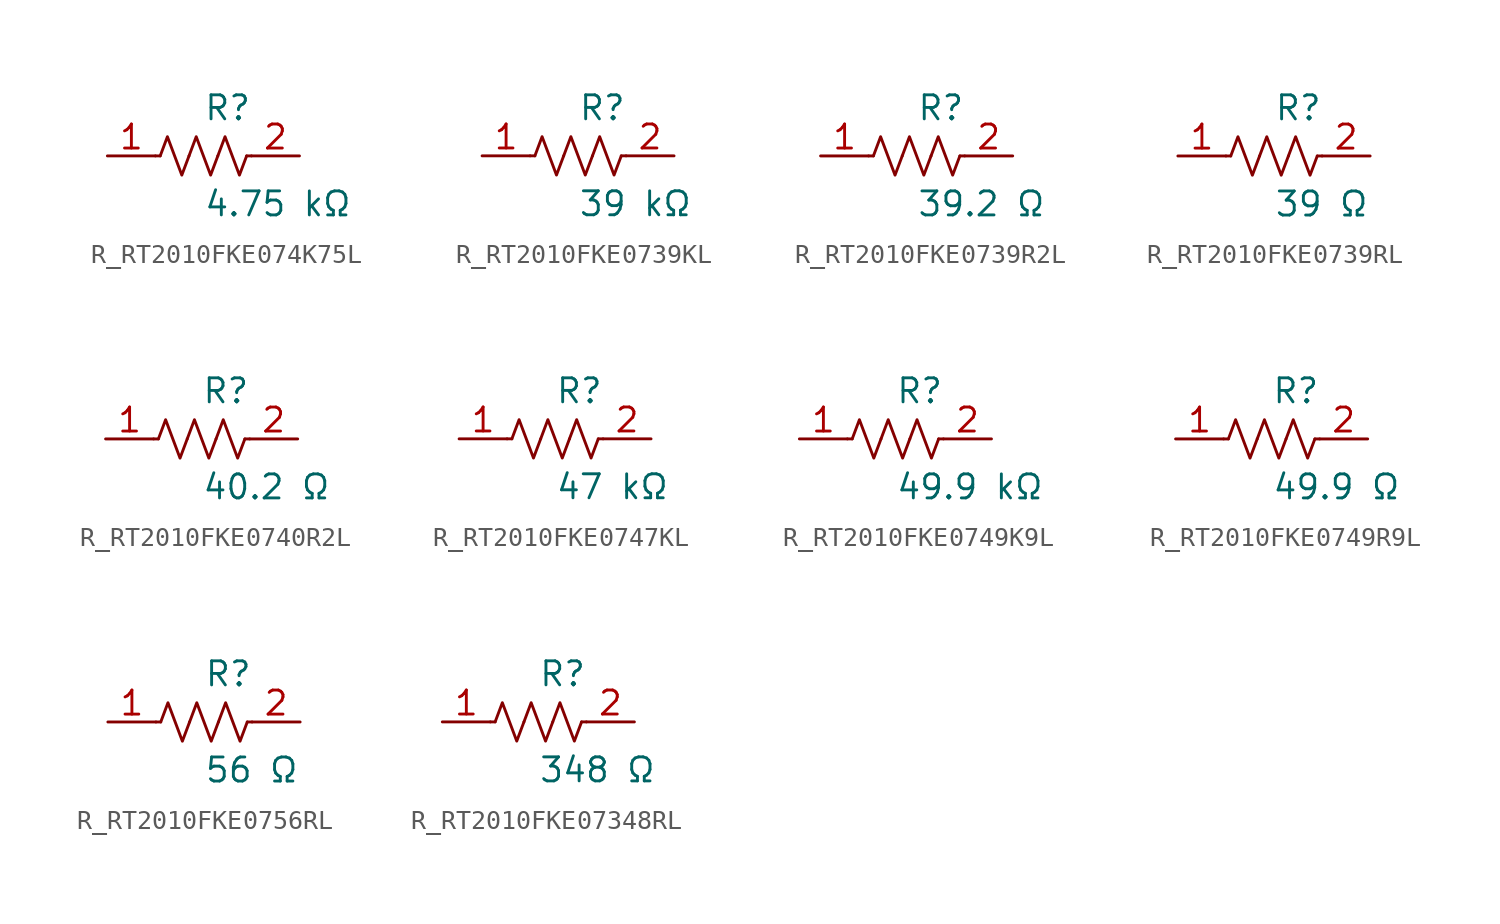
<source format=kicad_sym>
(kicad_symbol_lib
  (version 20231120)
  (generator kicad_symbol_editor)
  (generator_version 8.0)
  (symbol "R_RT2010FKE074K75L"
    (pin_names
      (offset 0.254))
    (property "Reference" "R"
      (at 0 2.54 0)
      (effects (font (size 1.27 1.27)) (justify left)))
    (property "Value" "4.75 kΩ"
      (at 0 -2.54 0)
      (effects (font (size 1.27 1.27)) (justify left)))
    (symbol "R_RT2010FKE074K75L_0_1"
      (polyline (pts (xy 2.286 0) (xy 2.54 0)) (stroke (width 0) (type default)) (fill (type none)))
      (polyline (pts (xy -2.286 0) (xy -2.54 0)) (stroke (width 0) (type default)) (fill (type none)))
      (polyline (pts (xy 0.762 0) (xy 1.143 1.016) (xy 1.524 0) (xy 1.905 -1.016) (xy 2.286 0)) (stroke (width 0) (type default)) (fill (type none)))
      (polyline (pts (xy -0.762 0) (xy -0.381 1.016) (xy 0 0) (xy 0.381 -1.016) (xy 0.762 0)) (stroke (width 0) (type default)) (fill (type none)))
      (polyline (pts (xy -2.286 0) (xy -1.905 1.016) (xy -1.524 0) (xy -1.143 -1.016) (xy -0.762 0)) (stroke (width 0) (type default)) (fill (type none))))
    (pin passive line
      (at -5.08 0 0)
      (length 2.54)
      (name "" (effects (font (size 1.27 1.27))))
      (number "1" (effects (font (size 1.27 1.27)))))
    (pin passive line
      (at 5.08 0 180)
      (length 2.54)
      (name "" (effects (font (size 1.27 1.27))))
      (number "2" (effects (font (size 1.27 1.27))))))
  (symbol "R_RT2010FKE0739KL"
    (pin_names
      (offset 0.254))
    (property "Reference" "R"
      (at 0 2.54 0)
      (effects (font (size 1.27 1.27)) (justify left)))
    (property "Value" "39 kΩ"
      (at 0 -2.54 0)
      (effects (font (size 1.27 1.27)) (justify left)))
    (symbol "R_RT2010FKE0739KL_0_1"
      (polyline (pts (xy 2.286 0) (xy 2.54 0)) (stroke (width 0) (type default)) (fill (type none)))
      (polyline (pts (xy -2.286 0) (xy -2.54 0)) (stroke (width 0) (type default)) (fill (type none)))
      (polyline (pts (xy 0.762 0) (xy 1.143 1.016) (xy 1.524 0) (xy 1.905 -1.016) (xy 2.286 0)) (stroke (width 0) (type default)) (fill (type none)))
      (polyline (pts (xy -0.762 0) (xy -0.381 1.016) (xy 0 0) (xy 0.381 -1.016) (xy 0.762 0)) (stroke (width 0) (type default)) (fill (type none)))
      (polyline (pts (xy -2.286 0) (xy -1.905 1.016) (xy -1.524 0) (xy -1.143 -1.016) (xy -0.762 0)) (stroke (width 0) (type default)) (fill (type none))))
    (pin passive line
      (at -5.08 0 0)
      (length 2.54)
      (name "" (effects (font (size 1.27 1.27))))
      (number "1" (effects (font (size 1.27 1.27)))))
    (pin passive line
      (at 5.08 0 180)
      (length 2.54)
      (name "" (effects (font (size 1.27 1.27))))
      (number "2" (effects (font (size 1.27 1.27))))))
  (symbol "R_RT2010FKE0739R2L"
    (pin_names
      (offset 0.254))
    (property "Reference" "R"
      (at 0 2.54 0)
      (effects (font (size 1.27 1.27)) (justify left)))
    (property "Value" "39.2 Ω"
      (at 0 -2.54 0)
      (effects (font (size 1.27 1.27)) (justify left)))
    (symbol "R_RT2010FKE0739R2L_0_1"
      (polyline (pts (xy 2.286 0) (xy 2.54 0)) (stroke (width 0) (type default)) (fill (type none)))
      (polyline (pts (xy -2.286 0) (xy -2.54 0)) (stroke (width 0) (type default)) (fill (type none)))
      (polyline (pts (xy 0.762 0) (xy 1.143 1.016) (xy 1.524 0) (xy 1.905 -1.016) (xy 2.286 0)) (stroke (width 0) (type default)) (fill (type none)))
      (polyline (pts (xy -0.762 0) (xy -0.381 1.016) (xy 0 0) (xy 0.381 -1.016) (xy 0.762 0)) (stroke (width 0) (type default)) (fill (type none)))
      (polyline (pts (xy -2.286 0) (xy -1.905 1.016) (xy -1.524 0) (xy -1.143 -1.016) (xy -0.762 0)) (stroke (width 0) (type default)) (fill (type none))))
    (pin passive line
      (at -5.08 0 0)
      (length 2.54)
      (name "" (effects (font (size 1.27 1.27))))
      (number "1" (effects (font (size 1.27 1.27)))))
    (pin passive line
      (at 5.08 0 180)
      (length 2.54)
      (name "" (effects (font (size 1.27 1.27))))
      (number "2" (effects (font (size 1.27 1.27))))))
  (symbol "R_RT2010FKE0739RL"
    (pin_names
      (offset 0.254))
    (property "Reference" "R"
      (at 0 2.54 0)
      (effects (font (size 1.27 1.27)) (justify left)))
    (property "Value" "39 Ω"
      (at 0 -2.54 0)
      (effects (font (size 1.27 1.27)) (justify left)))
    (symbol "R_RT2010FKE0739RL_0_1"
      (polyline (pts (xy 2.286 0) (xy 2.54 0)) (stroke (width 0) (type default)) (fill (type none)))
      (polyline (pts (xy -2.286 0) (xy -2.54 0)) (stroke (width 0) (type default)) (fill (type none)))
      (polyline (pts (xy 0.762 0) (xy 1.143 1.016) (xy 1.524 0) (xy 1.905 -1.016) (xy 2.286 0)) (stroke (width 0) (type default)) (fill (type none)))
      (polyline (pts (xy -0.762 0) (xy -0.381 1.016) (xy 0 0) (xy 0.381 -1.016) (xy 0.762 0)) (stroke (width 0) (type default)) (fill (type none)))
      (polyline (pts (xy -2.286 0) (xy -1.905 1.016) (xy -1.524 0) (xy -1.143 -1.016) (xy -0.762 0)) (stroke (width 0) (type default)) (fill (type none))))
    (pin passive line
      (at -5.08 0 0)
      (length 2.54)
      (name "" (effects (font (size 1.27 1.27))))
      (number "1" (effects (font (size 1.27 1.27)))))
    (pin passive line
      (at 5.08 0 180)
      (length 2.54)
      (name "" (effects (font (size 1.27 1.27))))
      (number "2" (effects (font (size 1.27 1.27))))))
  (symbol "R_RT2010FKE0740R2L"
    (pin_names
      (offset 0.254))
    (property "Reference" "R"
      (at 0 2.54 0)
      (effects (font (size 1.27 1.27)) (justify left)))
    (property "Value" "40.2 Ω"
      (at 0 -2.54 0)
      (effects (font (size 1.27 1.27)) (justify left)))
    (symbol "R_RT2010FKE0740R2L_0_1"
      (polyline (pts (xy 2.286 0) (xy 2.54 0)) (stroke (width 0) (type default)) (fill (type none)))
      (polyline (pts (xy -2.286 0) (xy -2.54 0)) (stroke (width 0) (type default)) (fill (type none)))
      (polyline (pts (xy 0.762 0) (xy 1.143 1.016) (xy 1.524 0) (xy 1.905 -1.016) (xy 2.286 0)) (stroke (width 0) (type default)) (fill (type none)))
      (polyline (pts (xy -0.762 0) (xy -0.381 1.016) (xy 0 0) (xy 0.381 -1.016) (xy 0.762 0)) (stroke (width 0) (type default)) (fill (type none)))
      (polyline (pts (xy -2.286 0) (xy -1.905 1.016) (xy -1.524 0) (xy -1.143 -1.016) (xy -0.762 0)) (stroke (width 0) (type default)) (fill (type none))))
    (pin passive line
      (at -5.08 0 0)
      (length 2.54)
      (name "" (effects (font (size 1.27 1.27))))
      (number "1" (effects (font (size 1.27 1.27)))))
    (pin passive line
      (at 5.08 0 180)
      (length 2.54)
      (name "" (effects (font (size 1.27 1.27))))
      (number "2" (effects (font (size 1.27 1.27))))))
  (symbol "R_RT2010FKE0747KL"
    (pin_names
      (offset 0.254))
    (property "Reference" "R"
      (at 0 2.54 0)
      (effects (font (size 1.27 1.27)) (justify left)))
    (property "Value" "47 kΩ"
      (at 0 -2.54 0)
      (effects (font (size 1.27 1.27)) (justify left)))
    (symbol "R_RT2010FKE0747KL_0_1"
      (polyline (pts (xy 2.286 0) (xy 2.54 0)) (stroke (width 0) (type default)) (fill (type none)))
      (polyline (pts (xy -2.286 0) (xy -2.54 0)) (stroke (width 0) (type default)) (fill (type none)))
      (polyline (pts (xy 0.762 0) (xy 1.143 1.016) (xy 1.524 0) (xy 1.905 -1.016) (xy 2.286 0)) (stroke (width 0) (type default)) (fill (type none)))
      (polyline (pts (xy -0.762 0) (xy -0.381 1.016) (xy 0 0) (xy 0.381 -1.016) (xy 0.762 0)) (stroke (width 0) (type default)) (fill (type none)))
      (polyline (pts (xy -2.286 0) (xy -1.905 1.016) (xy -1.524 0) (xy -1.143 -1.016) (xy -0.762 0)) (stroke (width 0) (type default)) (fill (type none))))
    (pin passive line
      (at -5.08 0 0)
      (length 2.54)
      (name "" (effects (font (size 1.27 1.27))))
      (number "1" (effects (font (size 1.27 1.27)))))
    (pin passive line
      (at 5.08 0 180)
      (length 2.54)
      (name "" (effects (font (size 1.27 1.27))))
      (number "2" (effects (font (size 1.27 1.27))))))
  (symbol "R_RT2010FKE0749K9L"
    (pin_names
      (offset 0.254))
    (property "Reference" "R"
      (at 0 2.54 0)
      (effects (font (size 1.27 1.27)) (justify left)))
    (property "Value" "49.9 kΩ"
      (at 0 -2.54 0)
      (effects (font (size 1.27 1.27)) (justify left)))
    (symbol "R_RT2010FKE0749K9L_0_1"
      (polyline (pts (xy 2.286 0) (xy 2.54 0)) (stroke (width 0) (type default)) (fill (type none)))
      (polyline (pts (xy -2.286 0) (xy -2.54 0)) (stroke (width 0) (type default)) (fill (type none)))
      (polyline (pts (xy 0.762 0) (xy 1.143 1.016) (xy 1.524 0) (xy 1.905 -1.016) (xy 2.286 0)) (stroke (width 0) (type default)) (fill (type none)))
      (polyline (pts (xy -0.762 0) (xy -0.381 1.016) (xy 0 0) (xy 0.381 -1.016) (xy 0.762 0)) (stroke (width 0) (type default)) (fill (type none)))
      (polyline (pts (xy -2.286 0) (xy -1.905 1.016) (xy -1.524 0) (xy -1.143 -1.016) (xy -0.762 0)) (stroke (width 0) (type default)) (fill (type none))))
    (pin passive line
      (at -5.08 0 0)
      (length 2.54)
      (name "" (effects (font (size 1.27 1.27))))
      (number "1" (effects (font (size 1.27 1.27)))))
    (pin passive line
      (at 5.08 0 180)
      (length 2.54)
      (name "" (effects (font (size 1.27 1.27))))
      (number "2" (effects (font (size 1.27 1.27))))))
  (symbol "R_RT2010FKE0749R9L"
    (pin_names
      (offset 0.254))
    (property "Reference" "R"
      (at 0 2.54 0)
      (effects (font (size 1.27 1.27)) (justify left)))
    (property "Value" "49.9 Ω"
      (at 0 -2.54 0)
      (effects (font (size 1.27 1.27)) (justify left)))
    (symbol "R_RT2010FKE0749R9L_0_1"
      (polyline (pts (xy 2.286 0) (xy 2.54 0)) (stroke (width 0) (type default)) (fill (type none)))
      (polyline (pts (xy -2.286 0) (xy -2.54 0)) (stroke (width 0) (type default)) (fill (type none)))
      (polyline (pts (xy 0.762 0) (xy 1.143 1.016) (xy 1.524 0) (xy 1.905 -1.016) (xy 2.286 0)) (stroke (width 0) (type default)) (fill (type none)))
      (polyline (pts (xy -0.762 0) (xy -0.381 1.016) (xy 0 0) (xy 0.381 -1.016) (xy 0.762 0)) (stroke (width 0) (type default)) (fill (type none)))
      (polyline (pts (xy -2.286 0) (xy -1.905 1.016) (xy -1.524 0) (xy -1.143 -1.016) (xy -0.762 0)) (stroke (width 0) (type default)) (fill (type none))))
    (pin passive line
      (at -5.08 0 0)
      (length 2.54)
      (name "" (effects (font (size 1.27 1.27))))
      (number "1" (effects (font (size 1.27 1.27)))))
    (pin passive line
      (at 5.08 0 180)
      (length 2.54)
      (name "" (effects (font (size 1.27 1.27))))
      (number "2" (effects (font (size 1.27 1.27))))))
  (symbol "R_RT2010FKE0756RL"
    (pin_names
      (offset 0.254))
    (property "Reference" "R"
      (at 0 2.54 0)
      (effects (font (size 1.27 1.27)) (justify left)))
    (property "Value" "56 Ω"
      (at 0 -2.54 0)
      (effects (font (size 1.27 1.27)) (justify left)))
    (symbol "R_RT2010FKE0756RL_0_1"
      (polyline (pts (xy 2.286 0) (xy 2.54 0)) (stroke (width 0) (type default)) (fill (type none)))
      (polyline (pts (xy -2.286 0) (xy -2.54 0)) (stroke (width 0) (type default)) (fill (type none)))
      (polyline (pts (xy 0.762 0) (xy 1.143 1.016) (xy 1.524 0) (xy 1.905 -1.016) (xy 2.286 0)) (stroke (width 0) (type default)) (fill (type none)))
      (polyline (pts (xy -0.762 0) (xy -0.381 1.016) (xy 0 0) (xy 0.381 -1.016) (xy 0.762 0)) (stroke (width 0) (type default)) (fill (type none)))
      (polyline (pts (xy -2.286 0) (xy -1.905 1.016) (xy -1.524 0) (xy -1.143 -1.016) (xy -0.762 0)) (stroke (width 0) (type default)) (fill (type none))))
    (pin passive line
      (at -5.08 0 0)
      (length 2.54)
      (name "" (effects (font (size 1.27 1.27))))
      (number "1" (effects (font (size 1.27 1.27)))))
    (pin passive line
      (at 5.08 0 180)
      (length 2.54)
      (name "" (effects (font (size 1.27 1.27))))
      (number "2" (effects (font (size 1.27 1.27))))))
  (symbol "R_RT2010FKE07348RL"
    (pin_names
      (offset 0.254))
    (property "Reference" "R"
      (at 0 2.54 0)
      (effects (font (size 1.27 1.27)) (justify left)))
    (property "Value" "348 Ω"
      (at 0 -2.54 0)
      (effects (font (size 1.27 1.27)) (justify left)))
    (symbol "R_RT2010FKE07348RL_0_1"
      (polyline (pts (xy 2.286 0) (xy 2.54 0)) (stroke (width 0) (type default)) (fill (type none)))
      (polyline (pts (xy -2.286 0) (xy -2.54 0)) (stroke (width 0) (type default)) (fill (type none)))
      (polyline (pts (xy 0.762 0) (xy 1.143 1.016) (xy 1.524 0) (xy 1.905 -1.016) (xy 2.286 0)) (stroke (width 0) (type default)) (fill (type none)))
      (polyline (pts (xy -0.762 0) (xy -0.381 1.016) (xy 0 0) (xy 0.381 -1.016) (xy 0.762 0)) (stroke (width 0) (type default)) (fill (type none)))
      (polyline (pts (xy -2.286 0) (xy -1.905 1.016) (xy -1.524 0) (xy -1.143 -1.016) (xy -0.762 0)) (stroke (width 0) (type default)) (fill (type none))))
    (pin passive line
      (at -5.08 0 0)
      (length 2.54)
      (name "" (effects (font (size 1.27 1.27))))
      (number "1" (effects (font (size 1.27 1.27)))))
    (pin passive line
      (at 5.08 0 180)
      (length 2.54)
      (name "" (effects (font (size 1.27 1.27))))
      (number "2" (effects (font (size 1.27 1.27)))))))
</source>
